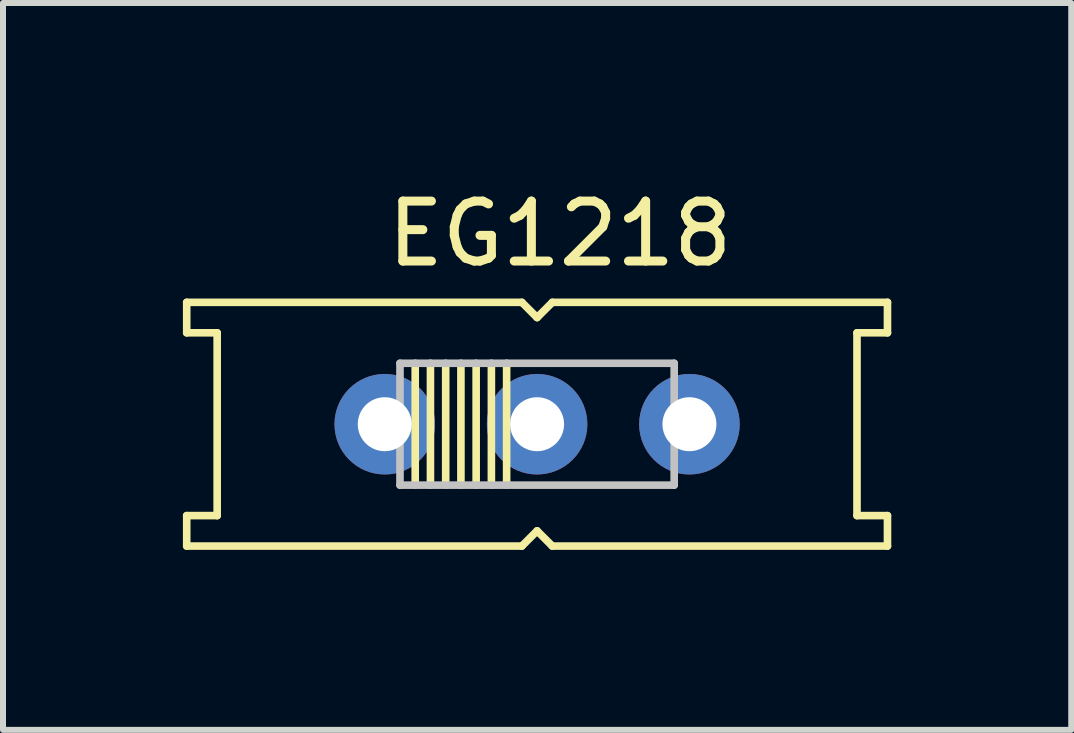
<source format=kicad_pcb>
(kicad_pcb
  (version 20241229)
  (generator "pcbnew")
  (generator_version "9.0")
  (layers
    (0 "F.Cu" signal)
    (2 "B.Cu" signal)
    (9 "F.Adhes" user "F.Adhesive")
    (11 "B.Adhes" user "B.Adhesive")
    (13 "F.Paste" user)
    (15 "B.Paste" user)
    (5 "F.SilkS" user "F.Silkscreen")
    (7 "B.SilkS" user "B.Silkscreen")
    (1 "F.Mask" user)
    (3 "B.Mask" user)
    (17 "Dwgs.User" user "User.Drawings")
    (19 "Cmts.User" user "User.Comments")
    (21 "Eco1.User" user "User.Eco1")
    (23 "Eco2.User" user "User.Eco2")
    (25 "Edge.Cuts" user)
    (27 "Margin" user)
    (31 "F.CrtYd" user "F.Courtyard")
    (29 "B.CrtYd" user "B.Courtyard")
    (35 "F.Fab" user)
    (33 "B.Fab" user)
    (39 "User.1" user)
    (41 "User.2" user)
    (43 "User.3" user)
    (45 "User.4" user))
  (footprint "EG1218"
    (layer "F.Cu")
    (at 5.905 4.023)
    (property "Reference" "EG1218" (at 0.381 -3.175 0) (layer "F.SilkS") (effects (font (size 1 1) (thickness 0.15))))
    (attr through_hole)
    (fp_line (start -5.842 -2.032) (end -0.254 -2.032) (stroke (width 0.127) (type solid)) (layer "F.SilkS"))
    (fp_line (start -5.842 -1.524) (end -5.842 -2.032) (stroke (width 0.127) (type solid)) (layer "F.SilkS"))
    (fp_line (start -5.842 1.524) (end -5.334 1.524) (stroke (width 0.127) (type solid)) (layer "F.SilkS"))
    (fp_line (start -5.842 2.032) (end -5.842 1.524) (stroke (width 0.127) (type solid)) (layer "F.SilkS"))
    (fp_line (start -5.334 -1.524) (end -5.842 -1.524) (stroke (width 0.127) (type solid)) (layer "F.SilkS"))
    (fp_line (start -5.334 1.524) (end -5.334 -1.524) (stroke (width 0.127) (type solid)) (layer "F.SilkS"))
    (fp_line (start -2.032 -1.016) (end -2.032 1.016) (stroke (width 0.127) (type solid)) (layer "F.SilkS"))
    (fp_line (start -1.778 1.016) (end -1.778 -1.016) (stroke (width 0.127) (type solid)) (layer "F.SilkS"))
    (fp_line (start -1.524 -1.016) (end -1.524 1.016) (stroke (width 0.127) (type solid)) (layer "F.SilkS"))
    (fp_line (start -1.27 1.016) (end -1.27 -1.016) (stroke (width 0.127) (type solid)) (layer "F.SilkS"))
    (fp_line (start -1.016 -1.016) (end -1.016 1.016) (stroke (width 0.127) (type solid)) (layer "F.SilkS"))
    (fp_line (start -0.762 1.016) (end -0.762 -1.016) (stroke (width 0.127) (type solid)) (layer "F.SilkS"))
    (fp_line (start -0.508 -1.016) (end -0.508 1.016) (stroke (width 0.127) (type solid)) (layer "F.SilkS"))
    (fp_line (start -0.254 -2.032) (end 0 -1.778) (stroke (width 0.127) (type solid)) (layer "F.SilkS"))
    (fp_line (start -0.254 2.032) (end -5.842 2.032) (stroke (width 0.127) (type solid)) (layer "F.SilkS"))
    (fp_line (start 0 -1.778) (end 0.254 -2.032) (stroke (width 0.127) (type solid)) (layer "F.SilkS"))
    (fp_line (start 0 1.778) (end -0.254 2.032) (stroke (width 0.127) (type solid)) (layer "F.SilkS"))
    (fp_line (start 0.254 -2.032) (end 5.842 -2.032) (stroke (width 0.127) (type solid)) (layer "F.SilkS"))
    (fp_line (start 0.254 2.032) (end 0 1.778) (stroke (width 0.127) (type solid)) (layer "F.SilkS"))
    (fp_line (start 5.334 -1.524) (end 5.334 1.524) (stroke (width 0.127) (type solid)) (layer "F.SilkS"))
    (fp_line (start 5.334 1.524) (end 5.842 1.524) (stroke (width 0.127) (type solid)) (layer "F.SilkS"))
    (fp_line (start 5.842 -2.032) (end 5.842 -1.524) (stroke (width 0.127) (type solid)) (layer "F.SilkS"))
    (fp_line (start 5.842 -1.524) (end 5.334 -1.524) (stroke (width 0.127) (type solid)) (layer "F.SilkS"))
    (fp_line (start 5.842 1.524) (end 5.842 2.032) (stroke (width 0.127) (type solid)) (layer "F.SilkS"))
    (fp_line (start 5.842 2.032) (end 0.254 2.032) (stroke (width 0.127) (type solid)) (layer "F.SilkS"))
    (fp_line (start -2.286 -1.016) (end 2.286 -1.016) (stroke (width 0.127) (type solid)) (layer "Dwgs.User"))
    (fp_line (start -2.286 1.016) (end -2.286 -1.016) (stroke (width 0.127) (type solid)) (layer "Dwgs.User"))
    (fp_line (start 2.286 -1.016) (end 2.286 1.016) (stroke (width 0.127) (type solid)) (layer "Dwgs.User"))
    (fp_line (start 2.286 1.016) (end -2.286 1.016) (stroke (width 0.127) (type solid)) (layer "Dwgs.User"))
    (pad "O" thru_hole circle (at -2.54 0) (size 1.676 1.676) (drill 0.9) (layers "*.Cu" "*.Mask"))
    (pad "P" thru_hole circle (at 0 0) (size 1.676 1.676) (drill 0.9) (layers "*.Cu" "*.Mask"))
    (pad "S" thru_hole circle (at 2.54 0) (size 1.676 1.676) (drill 0.9) (layers "*.Cu" "*.Mask")))
  (gr_rect
    (start -3 -3)
    (end 14.811 9.119)
    (stroke (width 0.1) (type default))
    (fill no)
    (layer "Edge.Cuts")))
</source>
